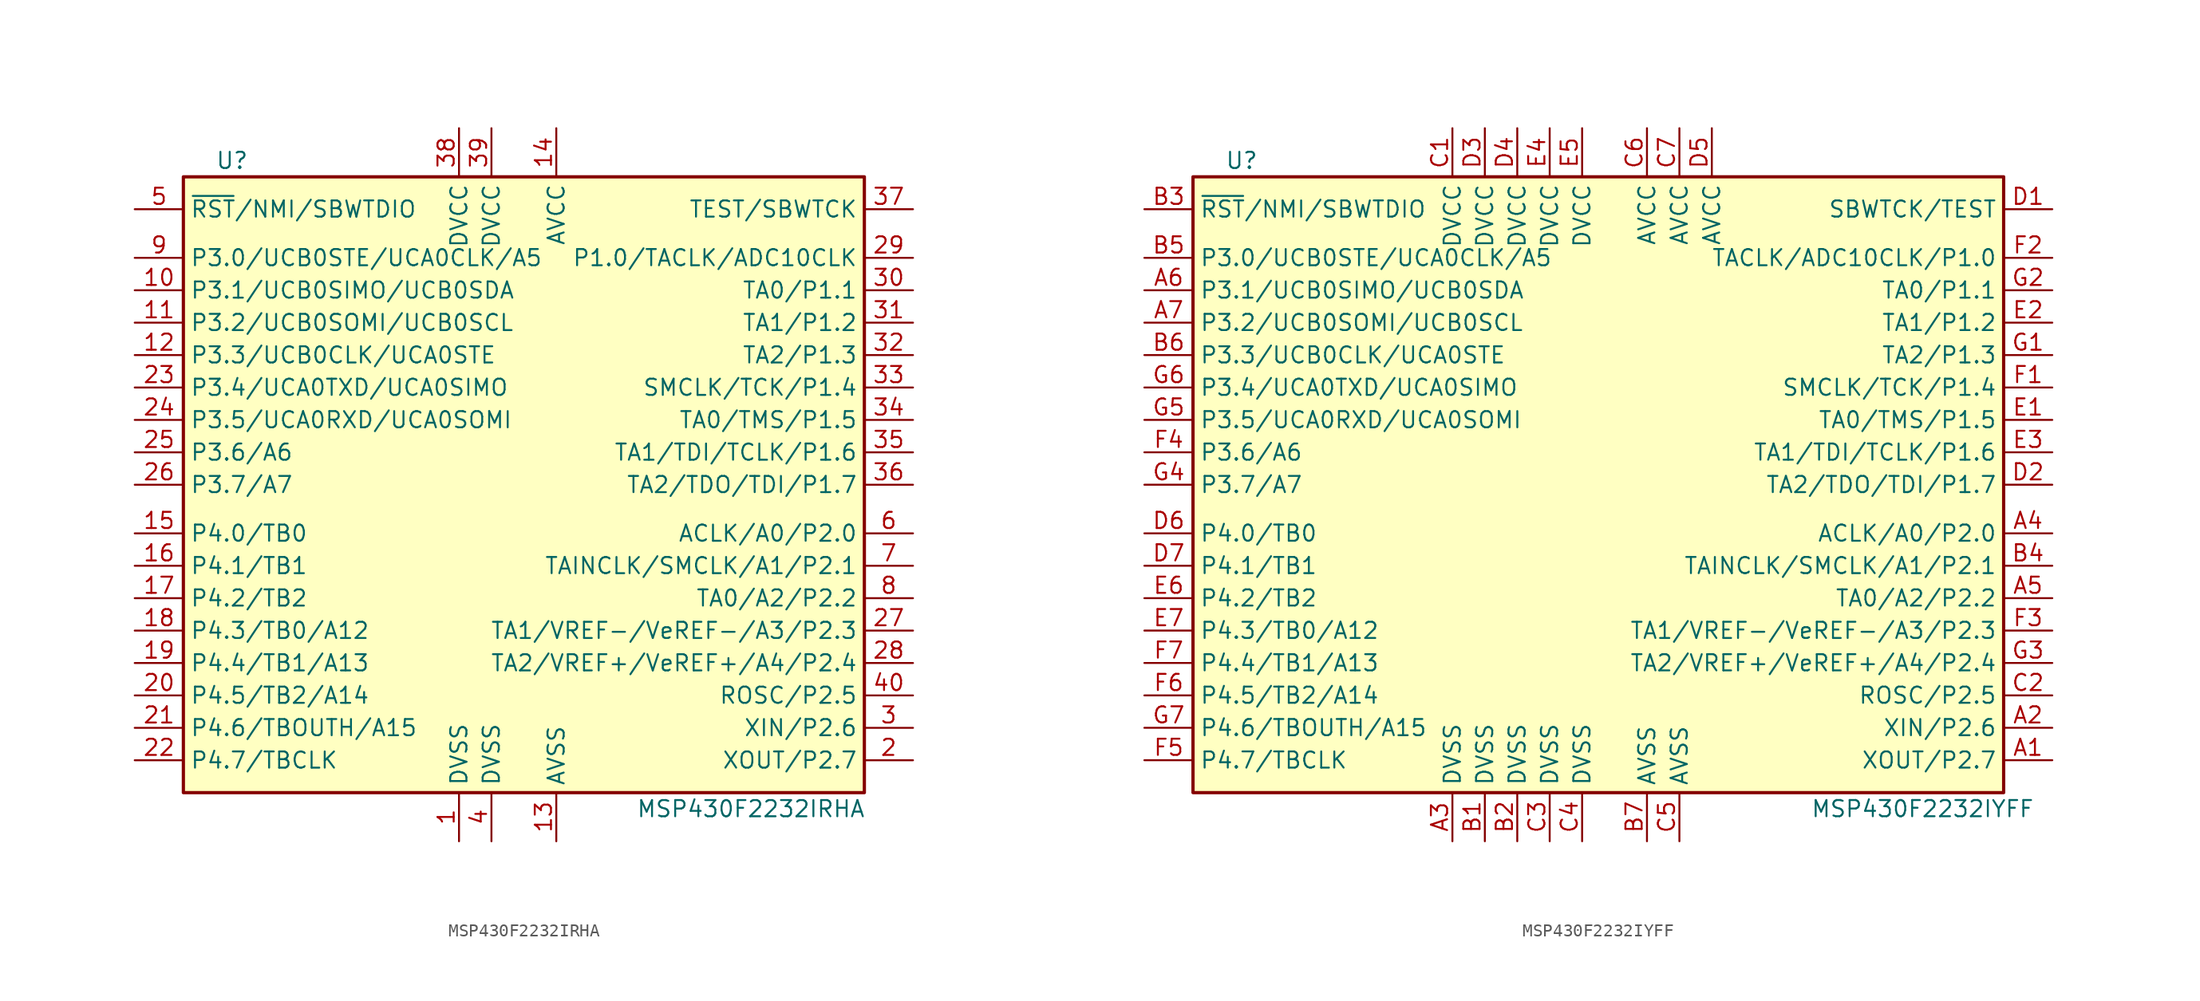
<source format=kicad_sym>
(kicad_symbol_lib
  (version 20201005)
  (generator kicad_symbol_editor)
  (symbol "MSP430F2232IRHA"
    (property "Reference" "U"
      (at -22.86 25.4 0)
      (effects (font (size 1.27 1.27))))
    (property "Value" "MSP430F2232IRHA"
      (at 17.78 -25.4 0)
      (effects (font (size 1.27 1.27))))
    (symbol "MSP430F2232IRHA_0_1"
      (rectangle (start -26.67 24.13) (end 26.67 -24.13) (stroke (width 0.254)) (fill (type background))))
    (symbol "MSP430F2232IRHA_1_1"
      (pin power_in line (at -5.08 -27.94 90) (length 3.81) (name "DVSS" (effects (font (size 1.27 1.27)))) (number "1" (effects (font (size 1.27 1.27)))))
      (pin bidirectional line (at -30.48 15.24 0) (length 3.81) (name "P3.1/UCB0SIMO/UCB0SDA" (effects (font (size 1.27 1.27)))) (number "10" (effects (font (size 1.27 1.27)))))
      (pin bidirectional line (at -30.48 12.7 0) (length 3.81) (name "P3.2/UCB0SOMI/UCB0SCL" (effects (font (size 1.27 1.27)))) (number "11" (effects (font (size 1.27 1.27)))))
      (pin bidirectional line (at -30.48 10.16 0) (length 3.81) (name "P3.3/UCB0CLK/UCA0STE" (effects (font (size 1.27 1.27)))) (number "12" (effects (font (size 1.27 1.27)))))
      (pin power_in line (at 2.54 -27.94 90) (length 3.81) (name "AVSS" (effects (font (size 1.27 1.27)))) (number "13" (effects (font (size 1.27 1.27)))))
      (pin power_in line (at 2.54 27.94 270) (length 3.81) (name "AVCC" (effects (font (size 1.27 1.27)))) (number "14" (effects (font (size 1.27 1.27)))))
      (pin bidirectional line (at -30.48 -3.81 0) (length 3.81) (name "P4.0/TB0" (effects (font (size 1.27 1.27)))) (number "15" (effects (font (size 1.27 1.27)))))
      (pin bidirectional line (at -30.48 -6.35 0) (length 3.81) (name "P4.1/TB1" (effects (font (size 1.27 1.27)))) (number "16" (effects (font (size 1.27 1.27)))))
      (pin bidirectional line (at -30.48 -8.89 0) (length 3.81) (name "P4.2/TB2" (effects (font (size 1.27 1.27)))) (number "17" (effects (font (size 1.27 1.27)))))
      (pin bidirectional line (at -30.48 -11.43 0) (length 3.81) (name "P4.3/TB0/A12" (effects (font (size 1.27 1.27)))) (number "18" (effects (font (size 1.27 1.27)))))
      (pin bidirectional line (at -30.48 -13.97 0) (length 3.81) (name "P4.4/TB1/A13" (effects (font (size 1.27 1.27)))) (number "19" (effects (font (size 1.27 1.27)))))
      (pin bidirectional line (at 30.48 -21.59 180) (length 3.81) (name "XOUT/P2.7" (effects (font (size 1.27 1.27)))) (number "2" (effects (font (size 1.27 1.27)))))
      (pin bidirectional line (at -30.48 -16.51 0) (length 3.81) (name "P4.5/TB2/A14" (effects (font (size 1.27 1.27)))) (number "20" (effects (font (size 1.27 1.27)))))
      (pin bidirectional line (at -30.48 -19.05 0) (length 3.81) (name "P4.6/TBOUTH/A15" (effects (font (size 1.27 1.27)))) (number "21" (effects (font (size 1.27 1.27)))))
      (pin bidirectional line (at -30.48 -21.59 0) (length 3.81) (name "P4.7/TBCLK" (effects (font (size 1.27 1.27)))) (number "22" (effects (font (size 1.27 1.27)))))
      (pin bidirectional line (at -30.48 7.62 0) (length 3.81) (name "P3.4/UCA0TXD/UCA0SIMO" (effects (font (size 1.27 1.27)))) (number "23" (effects (font (size 1.27 1.27)))))
      (pin bidirectional line (at -30.48 5.08 0) (length 3.81) (name "P3.5/UCA0RXD/UCA0SOMI" (effects (font (size 1.27 1.27)))) (number "24" (effects (font (size 1.27 1.27)))))
      (pin bidirectional line (at -30.48 2.54 0) (length 3.81) (name "P3.6/A6" (effects (font (size 1.27 1.27)))) (number "25" (effects (font (size 1.27 1.27)))))
      (pin bidirectional line (at -30.48 0 0) (length 3.81) (name "P3.7/A7" (effects (font (size 1.27 1.27)))) (number "26" (effects (font (size 1.27 1.27)))))
      (pin bidirectional line (at 30.48 -11.43 180) (length 3.81) (name "TA1/VREF-/VeREF-/A3/P2.3" (effects (font (size 1.27 1.27)))) (number "27" (effects (font (size 1.27 1.27)))))
      (pin bidirectional line (at 30.48 -13.97 180) (length 3.81) (name "TA2/VREF+/VeREF+/A4/P2.4" (effects (font (size 1.27 1.27)))) (number "28" (effects (font (size 1.27 1.27)))))
      (pin bidirectional line (at 30.48 17.78 180) (length 3.81) (name "P1.0/TACLK/ADC10CLK" (effects (font (size 1.27 1.27)))) (number "29" (effects (font (size 1.27 1.27)))))
      (pin bidirectional line (at 30.48 -19.05 180) (length 3.81) (name "XIN/P2.6" (effects (font (size 1.27 1.27)))) (number "3" (effects (font (size 1.27 1.27)))))
      (pin bidirectional line (at 30.48 15.24 180) (length 3.81) (name "TA0/P1.1" (effects (font (size 1.27 1.27)))) (number "30" (effects (font (size 1.27 1.27)))))
      (pin bidirectional line (at 30.48 12.7 180) (length 3.81) (name "TA1/P1.2" (effects (font (size 1.27 1.27)))) (number "31" (effects (font (size 1.27 1.27)))))
      (pin bidirectional line (at 30.48 10.16 180) (length 3.81) (name "TA2/P1.3" (effects (font (size 1.27 1.27)))) (number "32" (effects (font (size 1.27 1.27)))))
      (pin bidirectional line (at 30.48 7.62 180) (length 3.81) (name "SMCLK/TCK/P1.4" (effects (font (size 1.27 1.27)))) (number "33" (effects (font (size 1.27 1.27)))))
      (pin bidirectional line (at 30.48 5.08 180) (length 3.81) (name "TA0/TMS/P1.5" (effects (font (size 1.27 1.27)))) (number "34" (effects (font (size 1.27 1.27)))))
      (pin bidirectional line (at 30.48 2.54 180) (length 3.81) (name "TA1/TDI/TCLK/P1.6" (effects (font (size 1.27 1.27)))) (number "35" (effects (font (size 1.27 1.27)))))
      (pin bidirectional line (at 30.48 0 180) (length 3.81) (name "TA2/TDO/TDI/P1.7" (effects (font (size 1.27 1.27)))) (number "36" (effects (font (size 1.27 1.27)))))
      (pin input line (at 30.48 21.59 180) (length 3.81) (name "TEST/SBWTCK" (effects (font (size 1.27 1.27)))) (number "37" (effects (font (size 1.27 1.27)))))
      (pin power_in line (at -5.08 27.94 270) (length 3.81) (name "DVCC" (effects (font (size 1.27 1.27)))) (number "38" (effects (font (size 1.27 1.27)))))
      (pin power_in line (at -2.54 27.94 270) (length 3.81) (name "DVCC" (effects (font (size 1.27 1.27)))) (number "39" (effects (font (size 1.27 1.27)))))
      (pin power_in line (at -2.54 -27.94 90) (length 3.81) (name "DVSS" (effects (font (size 1.27 1.27)))) (number "4" (effects (font (size 1.27 1.27)))))
      (pin bidirectional line (at 30.48 -16.51 180) (length 3.81) (name "ROSC/P2.5" (effects (font (size 1.27 1.27)))) (number "40" (effects (font (size 1.27 1.27)))))
      (pin input line (at -30.48 21.59 0) (length 3.81) (name "~RST~/NMI/SBWTDIO" (effects (font (size 1.27 1.27)))) (number "5" (effects (font (size 1.27 1.27)))))
      (pin bidirectional line (at 30.48 -3.81 180) (length 3.81) (name "ACLK/A0/P2.0" (effects (font (size 1.27 1.27)))) (number "6" (effects (font (size 1.27 1.27)))))
      (pin bidirectional line (at 30.48 -6.35 180) (length 3.81) (name "TAINCLK/SMCLK/A1/P2.1" (effects (font (size 1.27 1.27)))) (number "7" (effects (font (size 1.27 1.27)))))
      (pin bidirectional line (at 30.48 -8.89 180) (length 3.81) (name "TA0/A2/P2.2" (effects (font (size 1.27 1.27)))) (number "8" (effects (font (size 1.27 1.27)))))
      (pin bidirectional line (at -30.48 17.78 0) (length 3.81) (name "P3.0/UCB0STE/UCA0CLK/A5" (effects (font (size 1.27 1.27)))) (number "9" (effects (font (size 1.27 1.27)))))))
  (symbol "MSP430F2232IYFF"
    (property "Reference" "U"
      (at -29.21 25.4 0)
      (effects (font (size 1.27 1.27))))
    (property "Value" "MSP430F2232IYFF"
      (at 24.13 -25.4 0)
      (effects (font (size 1.27 1.27))))
    (symbol "MSP430F2232IYFF_0_1"
      (rectangle (start -33.02 24.13) (end 30.48 -24.13) (stroke (width 0.254)) (fill (type background))))
    (symbol "MSP430F2232IYFF_1_1"
      (pin bidirectional line (at 34.29 -21.59 180) (length 3.81) (name "XOUT/P2.7" (effects (font (size 1.27 1.27)))) (number "A1" (effects (font (size 1.27 1.27)))))
      (pin bidirectional line (at 34.29 -19.05 180) (length 3.81) (name "XIN/P2.6" (effects (font (size 1.27 1.27)))) (number "A2" (effects (font (size 1.27 1.27)))))
      (pin power_in line (at -12.7 -27.94 90) (length 3.81) (name "DVSS" (effects (font (size 1.27 1.27)))) (number "A3" (effects (font (size 1.27 1.27)))))
      (pin bidirectional line (at 34.29 -3.81 180) (length 3.81) (name "ACLK/A0/P2.0" (effects (font (size 1.27 1.27)))) (number "A4" (effects (font (size 1.27 1.27)))))
      (pin bidirectional line (at 34.29 -8.89 180) (length 3.81) (name "TA0/A2/P2.2" (effects (font (size 1.27 1.27)))) (number "A5" (effects (font (size 1.27 1.27)))))
      (pin bidirectional line (at -36.83 15.24 0) (length 3.81) (name "P3.1/UCB0SIMO/UCB0SDA" (effects (font (size 1.27 1.27)))) (number "A6" (effects (font (size 1.27 1.27)))))
      (pin bidirectional line (at -36.83 12.7 0) (length 3.81) (name "P3.2/UCB0SOMI/UCB0SCL" (effects (font (size 1.27 1.27)))) (number "A7" (effects (font (size 1.27 1.27)))))
      (pin power_in line (at -10.16 -27.94 90) (length 3.81) (name "DVSS" (effects (font (size 1.27 1.27)))) (number "B1" (effects (font (size 1.27 1.27)))))
      (pin power_in line (at -7.62 -27.94 90) (length 3.81) (name "DVSS" (effects (font (size 1.27 1.27)))) (number "B2" (effects (font (size 1.27 1.27)))))
      (pin input line (at -36.83 21.59 0) (length 3.81) (name "~RST~/NMI/SBWTDIO" (effects (font (size 1.27 1.27)))) (number "B3" (effects (font (size 1.27 1.27)))))
      (pin bidirectional line (at 34.29 -6.35 180) (length 3.81) (name "TAINCLK/SMCLK/A1/P2.1" (effects (font (size 1.27 1.27)))) (number "B4" (effects (font (size 1.27 1.27)))))
      (pin bidirectional line (at -36.83 17.78 0) (length 3.81) (name "P3.0/UCB0STE/UCA0CLK/A5" (effects (font (size 1.27 1.27)))) (number "B5" (effects (font (size 1.27 1.27)))))
      (pin bidirectional line (at -36.83 10.16 0) (length 3.81) (name "P3.3/UCB0CLK/UCA0STE" (effects (font (size 1.27 1.27)))) (number "B6" (effects (font (size 1.27 1.27)))))
      (pin power_in line (at 2.54 -27.94 90) (length 3.81) (name "AVSS" (effects (font (size 1.27 1.27)))) (number "B7" (effects (font (size 1.27 1.27)))))
      (pin power_in line (at -12.7 27.94 270) (length 3.81) (name "DVCC" (effects (font (size 1.27 1.27)))) (number "C1" (effects (font (size 1.27 1.27)))))
      (pin bidirectional line (at 34.29 -16.51 180) (length 3.81) (name "ROSC/P2.5" (effects (font (size 1.27 1.27)))) (number "C2" (effects (font (size 1.27 1.27)))))
      (pin power_in line (at -5.08 -27.94 90) (length 3.81) (name "DVSS" (effects (font (size 1.27 1.27)))) (number "C3" (effects (font (size 1.27 1.27)))))
      (pin power_in line (at -2.54 -27.94 90) (length 3.81) (name "DVSS" (effects (font (size 1.27 1.27)))) (number "C4" (effects (font (size 1.27 1.27)))))
      (pin power_in line (at 5.08 -27.94 90) (length 3.81) (name "AVSS" (effects (font (size 1.27 1.27)))) (number "C5" (effects (font (size 1.27 1.27)))))
      (pin power_in line (at 2.54 27.94 270) (length 3.81) (name "AVCC" (effects (font (size 1.27 1.27)))) (number "C6" (effects (font (size 1.27 1.27)))))
      (pin power_in line (at 5.08 27.94 270) (length 3.81) (name "AVCC" (effects (font (size 1.27 1.27)))) (number "C7" (effects (font (size 1.27 1.27)))))
      (pin input line (at 34.29 21.59 180) (length 3.81) (name "SBWTCK/TEST" (effects (font (size 1.27 1.27)))) (number "D1" (effects (font (size 1.27 1.27)))))
      (pin bidirectional line (at 34.29 0 180) (length 3.81) (name "TA2/TDO/TDI/P1.7" (effects (font (size 1.27 1.27)))) (number "D2" (effects (font (size 1.27 1.27)))))
      (pin power_in line (at -10.16 27.94 270) (length 3.81) (name "DVCC" (effects (font (size 1.27 1.27)))) (number "D3" (effects (font (size 1.27 1.27)))))
      (pin power_in line (at -7.62 27.94 270) (length 3.81) (name "DVCC" (effects (font (size 1.27 1.27)))) (number "D4" (effects (font (size 1.27 1.27)))))
      (pin power_in line (at 7.62 27.94 270) (length 3.81) (name "AVCC" (effects (font (size 1.27 1.27)))) (number "D5" (effects (font (size 1.27 1.27)))))
      (pin bidirectional line (at -36.83 -3.81 0) (length 3.81) (name "P4.0/TB0" (effects (font (size 1.27 1.27)))) (number "D6" (effects (font (size 1.27 1.27)))))
      (pin bidirectional line (at -36.83 -6.35 0) (length 3.81) (name "P4.1/TB1" (effects (font (size 1.27 1.27)))) (number "D7" (effects (font (size 1.27 1.27)))))
      (pin bidirectional line (at 34.29 5.08 180) (length 3.81) (name "TA0/TMS/P1.5" (effects (font (size 1.27 1.27)))) (number "E1" (effects (font (size 1.27 1.27)))))
      (pin bidirectional line (at 34.29 12.7 180) (length 3.81) (name "TA1/P1.2" (effects (font (size 1.27 1.27)))) (number "E2" (effects (font (size 1.27 1.27)))))
      (pin bidirectional line (at 34.29 2.54 180) (length 3.81) (name "TA1/TDI/TCLK/P1.6" (effects (font (size 1.27 1.27)))) (number "E3" (effects (font (size 1.27 1.27)))))
      (pin power_in line (at -5.08 27.94 270) (length 3.81) (name "DVCC" (effects (font (size 1.27 1.27)))) (number "E4" (effects (font (size 1.27 1.27)))))
      (pin power_in line (at -2.54 27.94 270) (length 3.81) (name "DVCC" (effects (font (size 1.27 1.27)))) (number "E5" (effects (font (size 1.27 1.27)))))
      (pin bidirectional line (at -36.83 -8.89 0) (length 3.81) (name "P4.2/TB2" (effects (font (size 1.27 1.27)))) (number "E6" (effects (font (size 1.27 1.27)))))
      (pin bidirectional line (at -36.83 -11.43 0) (length 3.81) (name "P4.3/TB0/A12" (effects (font (size 1.27 1.27)))) (number "E7" (effects (font (size 1.27 1.27)))))
      (pin bidirectional line (at 34.29 7.62 180) (length 3.81) (name "SMCLK/TCK/P1.4" (effects (font (size 1.27 1.27)))) (number "F1" (effects (font (size 1.27 1.27)))))
      (pin bidirectional line (at 34.29 17.78 180) (length 3.81) (name "TACLK/ADC10CLK/P1.0" (effects (font (size 1.27 1.27)))) (number "F2" (effects (font (size 1.27 1.27)))))
      (pin bidirectional line (at 34.29 -11.43 180) (length 3.81) (name "TA1/VREF-/VeREF-/A3/P2.3" (effects (font (size 1.27 1.27)))) (number "F3" (effects (font (size 1.27 1.27)))))
      (pin bidirectional line (at -36.83 2.54 0) (length 3.81) (name "P3.6/A6" (effects (font (size 1.27 1.27)))) (number "F4" (effects (font (size 1.27 1.27)))))
      (pin bidirectional line (at -36.83 -21.59 0) (length 3.81) (name "P4.7/TBCLK" (effects (font (size 1.27 1.27)))) (number "F5" (effects (font (size 1.27 1.27)))))
      (pin bidirectional line (at -36.83 -16.51 0) (length 3.81) (name "P4.5/TB2/A14" (effects (font (size 1.27 1.27)))) (number "F6" (effects (font (size 1.27 1.27)))))
      (pin bidirectional line (at -36.83 -13.97 0) (length 3.81) (name "P4.4/TB1/A13" (effects (font (size 1.27 1.27)))) (number "F7" (effects (font (size 1.27 1.27)))))
      (pin bidirectional line (at 34.29 10.16 180) (length 3.81) (name "TA2/P1.3" (effects (font (size 1.27 1.27)))) (number "G1" (effects (font (size 1.27 1.27)))))
      (pin bidirectional line (at 34.29 15.24 180) (length 3.81) (name "TA0/P1.1" (effects (font (size 1.27 1.27)))) (number "G2" (effects (font (size 1.27 1.27)))))
      (pin bidirectional line (at 34.29 -13.97 180) (length 3.81) (name "TA2/VREF+/VeREF+/A4/P2.4" (effects (font (size 1.27 1.27)))) (number "G3" (effects (font (size 1.27 1.27)))))
      (pin bidirectional line (at -36.83 0 0) (length 3.81) (name "P3.7/A7" (effects (font (size 1.27 1.27)))) (number "G4" (effects (font (size 1.27 1.27)))))
      (pin bidirectional line (at -36.83 5.08 0) (length 3.81) (name "P3.5/UCA0RXD/UCA0SOMI" (effects (font (size 1.27 1.27)))) (number "G5" (effects (font (size 1.27 1.27)))))
      (pin bidirectional line (at -36.83 7.62 0) (length 3.81) (name "P3.4/UCA0TXD/UCA0SIMO" (effects (font (size 1.27 1.27)))) (number "G6" (effects (font (size 1.27 1.27)))))
      (pin bidirectional line (at -36.83 -19.05 0) (length 3.81) (name "P4.6/TBOUTH/A15" (effects (font (size 1.27 1.27)))) (number "G7" (effects (font (size 1.27 1.27))))))))
</source>
